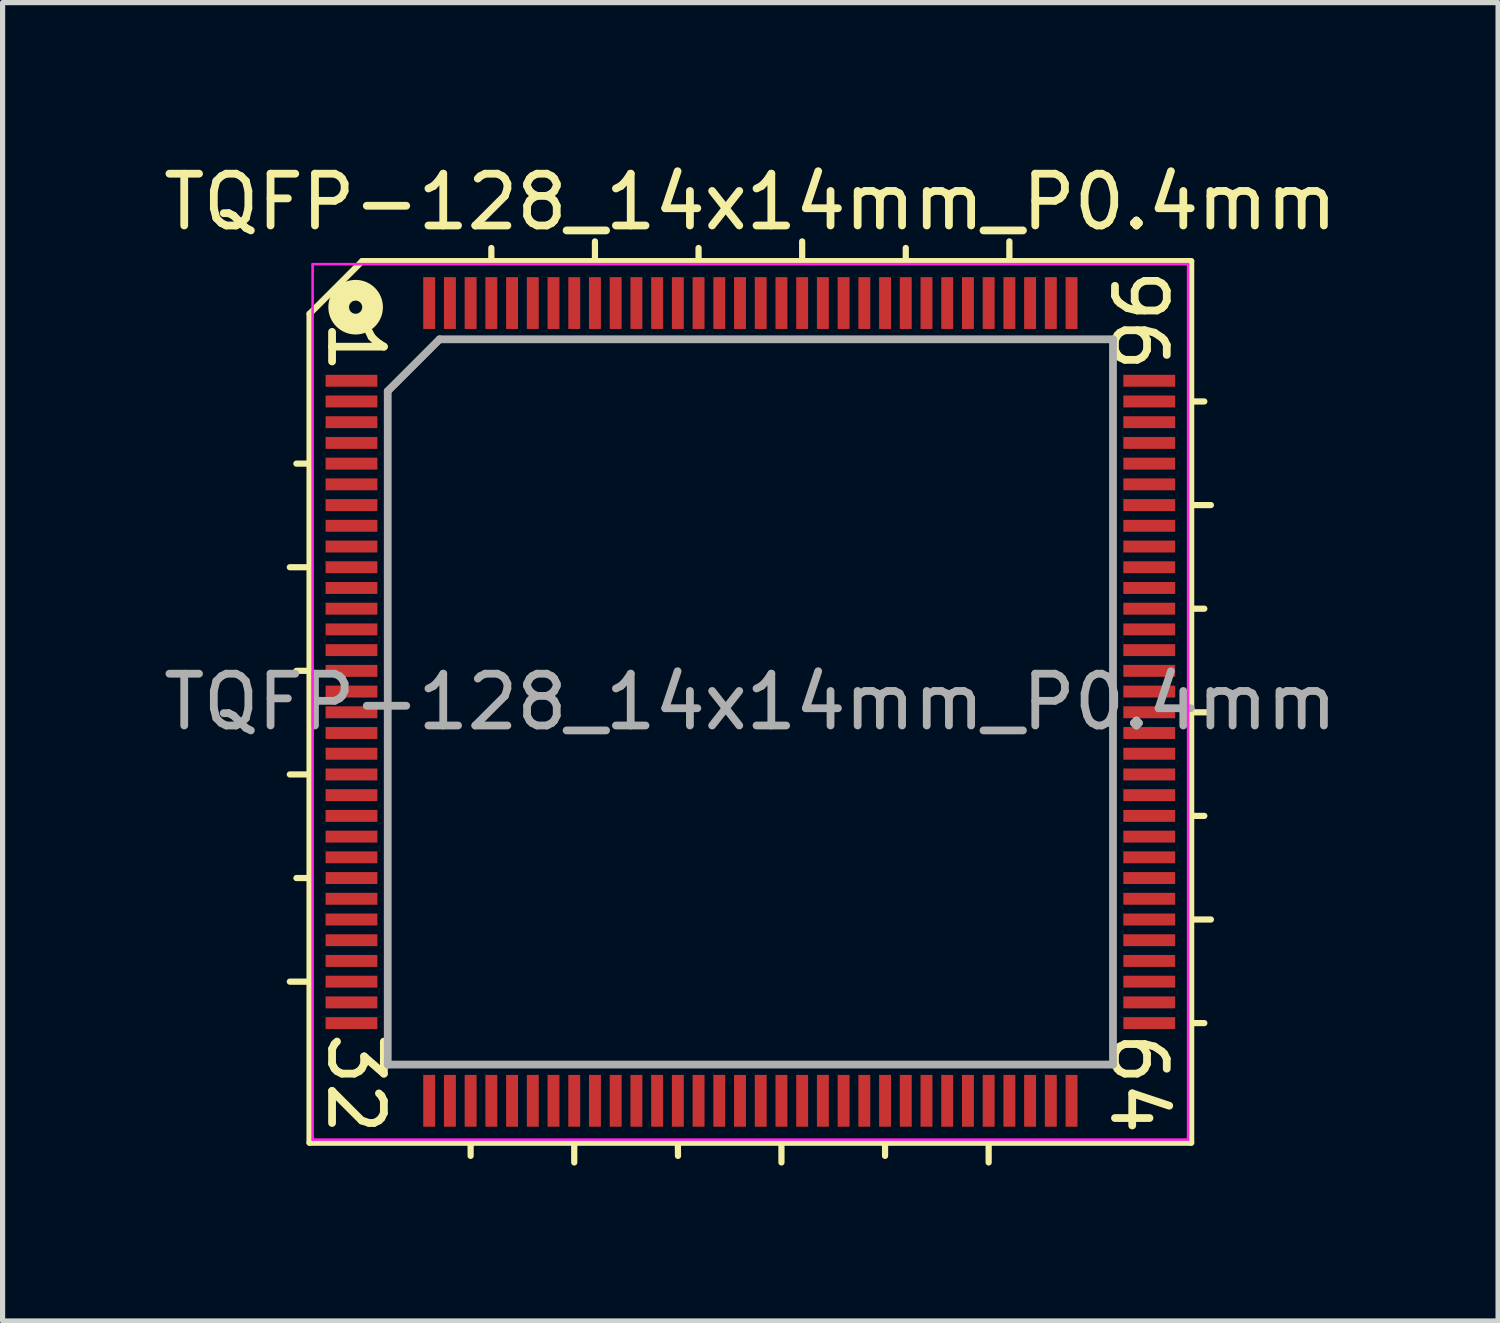
<source format=kicad_pcb>
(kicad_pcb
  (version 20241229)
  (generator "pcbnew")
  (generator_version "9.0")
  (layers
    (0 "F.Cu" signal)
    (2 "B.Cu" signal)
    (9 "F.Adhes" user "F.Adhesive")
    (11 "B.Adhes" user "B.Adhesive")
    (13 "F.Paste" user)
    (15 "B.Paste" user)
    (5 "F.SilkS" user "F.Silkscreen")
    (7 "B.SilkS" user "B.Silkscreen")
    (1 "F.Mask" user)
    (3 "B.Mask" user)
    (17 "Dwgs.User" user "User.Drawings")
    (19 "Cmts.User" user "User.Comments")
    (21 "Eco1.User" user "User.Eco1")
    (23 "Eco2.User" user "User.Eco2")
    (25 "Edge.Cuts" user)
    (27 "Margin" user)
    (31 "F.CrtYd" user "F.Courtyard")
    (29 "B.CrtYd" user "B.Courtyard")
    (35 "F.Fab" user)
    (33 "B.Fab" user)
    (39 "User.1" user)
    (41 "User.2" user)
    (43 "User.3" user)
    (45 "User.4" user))
  (footprint "TQFP-128_14x14mm_P0.4mm"
    (layer "F.Cu")
    (at 11.435 10.5)
    (property "Reference" "TQFP-128_14x14mm_P0.4mm" (at 0 -9.652 0) (layer "F.SilkS") (effects (font (size 1 1) (thickness 0.15))))
    (attr smd)
    (fp_line (start -8.509 -7.493) (end -8.509 8.509) (stroke (width 0.12) (type solid)) (layer "F.SilkS"))
    (fp_line (start -8.509 -4.6) (end -8.763 -4.6) (stroke (width 0.12) (type solid)) (layer "F.SilkS"))
    (fp_line (start -8.509 -2.6) (end -8.89 -2.6) (stroke (width 0.12) (type solid)) (layer "F.SilkS"))
    (fp_line (start -8.509 -0.6) (end -8.763 -0.6) (stroke (width 0.12) (type solid)) (layer "F.SilkS"))
    (fp_line (start -8.509 1.4) (end -8.89 1.4) (stroke (width 0.12) (type solid)) (layer "F.SilkS"))
    (fp_line (start -8.509 3.4) (end -8.763 3.4) (stroke (width 0.12) (type solid)) (layer "F.SilkS"))
    (fp_line (start -8.509 5.4) (end -8.89 5.4) (stroke (width 0.12) (type solid)) (layer "F.SilkS"))
    (fp_line (start -8.509 8.509) (end 8.509 8.509) (stroke (width 0.12) (type solid)) (layer "F.SilkS"))
    (fp_line (start -7.493 -8.509) (end -8.509 -7.493) (stroke (width 0.12) (type solid)) (layer "F.SilkS"))
    (fp_line (start -7.493 -8.509) (end 3.937 -8.509) (stroke (width 0.12) (type solid)) (layer "F.SilkS"))
    (fp_line (start -5.4 8.509) (end -5.4 8.763) (stroke (width 0.12) (type solid)) (layer "F.SilkS"))
    (fp_line (start -5 -8.509) (end -5 -8.763) (stroke (width 0.12) (type solid)) (layer "F.SilkS"))
    (fp_line (start -3.4 8.509) (end -3.4 8.89) (stroke (width 0.12) (type solid)) (layer "F.SilkS"))
    (fp_line (start -3 -8.509) (end -3 -8.89) (stroke (width 0.12) (type solid)) (layer "F.SilkS"))
    (fp_line (start -1.4 8.509) (end -1.397 8.763) (stroke (width 0.12) (type solid)) (layer "F.SilkS"))
    (fp_line (start -1 -8.509) (end -1 -8.763) (stroke (width 0.12) (type solid)) (layer "F.SilkS"))
    (fp_line (start 0.6 8.509) (end 0.6 8.89) (stroke (width 0.12) (type solid)) (layer "F.SilkS"))
    (fp_line (start 1 -8.509) (end 1 -8.89) (stroke (width 0.12) (type solid)) (layer "F.SilkS"))
    (fp_line (start 2.6 8.509) (end 2.6 8.763) (stroke (width 0.12) (type solid)) (layer "F.SilkS"))
    (fp_line (start 3 -8.509) (end 3 -8.763) (stroke (width 0.12) (type solid)) (layer "F.SilkS"))
    (fp_line (start 4.6 8.509) (end 4.6 8.89) (stroke (width 0.12) (type solid)) (layer "F.SilkS"))
    (fp_line (start 5 -8.509) (end 5 -8.89) (stroke (width 0.12) (type solid)) (layer "F.SilkS"))
    (fp_line (start 8.509 -8.509) (end 3.937 -8.509) (stroke (width 0.12) (type solid)) (layer "F.SilkS"))
    (fp_line (start 8.509 -5.8) (end 8.763 -5.8) (stroke (width 0.12) (type solid)) (layer "F.SilkS"))
    (fp_line (start 8.509 -3.8) (end 8.89 -3.8) (stroke (width 0.12) (type solid)) (layer "F.SilkS"))
    (fp_line (start 8.509 -1.8) (end 8.763 -1.8) (stroke (width 0.12) (type solid)) (layer "F.SilkS"))
    (fp_line (start 8.509 0.2) (end 8.89 0.2) (stroke (width 0.12) (type solid)) (layer "F.SilkS"))
    (fp_line (start 8.509 2.2) (end 8.763 2.2) (stroke (width 0.12) (type solid)) (layer "F.SilkS"))
    (fp_line (start 8.509 4.2) (end 8.89 4.2) (stroke (width 0.12) (type solid)) (layer "F.SilkS"))
    (fp_line (start 8.509 6.2) (end 8.763 6.2) (stroke (width 0.12) (type solid)) (layer "F.SilkS"))
    (fp_line (start 8.509 8.509) (end 8.509 -8.509) (stroke (width 0.12) (type solid)) (layer "F.SilkS"))
    (fp_circle (center -7.62 -7.62) (end -7.493 -7.62) (stroke (width 0.4) (type solid)) (fill no) (layer "F.SilkS"))
    (fp_line (start -8.45 -8.45) (end -8.45 8.45) (stroke (width 0.05) (type solid)) (layer "F.CrtYd"))
    (fp_line (start -8.45 -8.45) (end 8.45 -8.45) (stroke (width 0.05) (type solid)) (layer "F.CrtYd"))
    (fp_line (start -8.45 8.45) (end 8.45 8.45) (stroke (width 0.05) (type solid)) (layer "F.CrtYd"))
    (fp_line (start 8.45 -8.45) (end 8.45 8.45) (stroke (width 0.05) (type solid)) (layer "F.CrtYd"))
    (fp_line (start -7 -6) (end -6 -7) (stroke (width 0.15) (type solid)) (layer "F.Fab"))
    (fp_line (start -7 7) (end -7 -6) (stroke (width 0.15) (type solid)) (layer "F.Fab"))
    (fp_line (start -6 -7) (end 7 -7) (stroke (width 0.15) (type solid)) (layer "F.Fab"))
    (fp_line (start 7 -7) (end 7 7) (stroke (width 0.15) (type solid)) (layer "F.Fab"))
    (fp_line (start 7 7) (end -7 7) (stroke (width 0.15) (type solid)) (layer "F.Fab"))
    (fp_text user "1" (at -7.62 -6.858 270) (unlocked yes) (layer "F.SilkS") (effects (font (size 1 1) (thickness 0.15))))
    (fp_text user "32" (at -7.62 7.366 270) (unlocked yes) (layer "F.SilkS") (effects (font (size 1 1) (thickness 0.15))))
    (fp_text user "96" (at 7.493 -7.366 270) (unlocked yes) (layer "F.SilkS") (effects (font (size 1 1) (thickness 0.15))))
    (fp_text user "64" (at 7.493 7.366 270) (unlocked yes) (layer "F.SilkS") (effects (font (size 1 1) (thickness 0.15))))
    (fp_text user "${REFERENCE}" (at 0 0 0) (layer "F.Fab") (effects (font (size 1 1) (thickness 0.15))))
    (pad "1" smd rect (at -7.7 -6.2) (size 1 0.23) (layers "F.Cu" "F.Mask" "F.Paste"))
    (pad "2" smd rect (at -7.7 -5.8) (size 1 0.23) (layers "F.Cu" "F.Mask" "F.Paste"))
    (pad "3" smd rect (at -7.7 -5.4) (size 1 0.23) (layers "F.Cu" "F.Mask" "F.Paste"))
    (pad "4" smd rect (at -7.7 -5) (size 1 0.23) (layers "F.Cu" "F.Mask" "F.Paste"))
    (pad "5" smd rect (at -7.7 -4.6) (size 1 0.23) (layers "F.Cu" "F.Mask" "F.Paste"))
    (pad "6" smd rect (at -7.7 -4.2) (size 1 0.23) (layers "F.Cu" "F.Mask" "F.Paste"))
    (pad "7" smd rect (at -7.7 -3.8) (size 1 0.23) (layers "F.Cu" "F.Mask" "F.Paste"))
    (pad "8" smd rect (at -7.7 -3.4) (size 1 0.23) (layers "F.Cu" "F.Mask" "F.Paste"))
    (pad "9" smd rect (at -7.7 -3) (size 1 0.23) (layers "F.Cu" "F.Mask" "F.Paste"))
    (pad "10" smd rect (at -7.7 -2.6) (size 1 0.23) (layers "F.Cu" "F.Mask" "F.Paste"))
    (pad "11" smd rect (at -7.7 -2.2) (size 1 0.23) (layers "F.Cu" "F.Mask" "F.Paste"))
    (pad "12" smd rect (at -7.7 -1.8) (size 1 0.23) (layers "F.Cu" "F.Mask" "F.Paste"))
    (pad "13" smd rect (at -7.7 -1.4) (size 1 0.23) (layers "F.Cu" "F.Mask" "F.Paste"))
    (pad "14" smd rect (at -7.7 -1) (size 1 0.23) (layers "F.Cu" "F.Mask" "F.Paste"))
    (pad "15" smd rect (at -7.7 -0.6) (size 1 0.23) (layers "F.Cu" "F.Mask" "F.Paste"))
    (pad "16" smd rect (at -7.7 -0.2) (size 1 0.23) (layers "F.Cu" "F.Mask" "F.Paste"))
    (pad "17" smd rect (at -7.7 0.2) (size 1 0.23) (layers "F.Cu" "F.Mask" "F.Paste"))
    (pad "18" smd rect (at -7.7 0.6) (size 1 0.23) (layers "F.Cu" "F.Mask" "F.Paste"))
    (pad "19" smd rect (at -7.7 1) (size 1 0.23) (layers "F.Cu" "F.Mask" "F.Paste"))
    (pad "20" smd rect (at -7.7 1.4) (size 1 0.23) (layers "F.Cu" "F.Mask" "F.Paste"))
    (pad "21" smd rect (at -7.7 1.8) (size 1 0.23) (layers "F.Cu" "F.Mask" "F.Paste"))
    (pad "22" smd rect (at -7.7 2.2) (size 1 0.23) (layers "F.Cu" "F.Mask" "F.Paste"))
    (pad "23" smd rect (at -7.7 2.6) (size 1 0.23) (layers "F.Cu" "F.Mask" "F.Paste"))
    (pad "24" smd rect (at -7.7 3) (size 1 0.23) (layers "F.Cu" "F.Mask" "F.Paste"))
    (pad "25" smd rect (at -7.7 3.4) (size 1 0.23) (layers "F.Cu" "F.Mask" "F.Paste"))
    (pad "26" smd rect (at -7.7 3.8) (size 1 0.23) (layers "F.Cu" "F.Mask" "F.Paste"))
    (pad "27" smd rect (at -7.7 4.2) (size 1 0.23) (layers "F.Cu" "F.Mask" "F.Paste"))
    (pad "28" smd rect (at -7.7 4.6) (size 1 0.23) (layers "F.Cu" "F.Mask" "F.Paste"))
    (pad "29" smd rect (at -7.7 5) (size 1 0.23) (layers "F.Cu" "F.Mask" "F.Paste"))
    (pad "30" smd rect (at -7.7 5.4) (size 1 0.23) (layers "F.Cu" "F.Mask" "F.Paste"))
    (pad "31" smd rect (at -7.7 5.8) (size 1 0.23) (layers "F.Cu" "F.Mask" "F.Paste"))
    (pad "32" smd rect (at -7.7 6.2) (size 1 0.23) (layers "F.Cu" "F.Mask" "F.Paste"))
    (pad "33" smd rect (at -6.2 7.7 90) (size 1 0.23) (layers "F.Cu" "F.Mask" "F.Paste"))
    (pad "34" smd rect (at -5.8 7.7 90) (size 1 0.23) (layers "F.Cu" "F.Mask" "F.Paste"))
    (pad "35" smd rect (at -5.4 7.7 90) (size 1 0.23) (layers "F.Cu" "F.Mask" "F.Paste"))
    (pad "36" smd rect (at -5 7.7 90) (size 1 0.23) (layers "F.Cu" "F.Mask" "F.Paste"))
    (pad "37" smd rect (at -4.6 7.7 90) (size 1 0.23) (layers "F.Cu" "F.Mask" "F.Paste"))
    (pad "38" smd rect (at -4.2 7.7 90) (size 1 0.23) (layers "F.Cu" "F.Mask" "F.Paste"))
    (pad "39" smd rect (at -3.8 7.7 90) (size 1 0.23) (layers "F.Cu" "F.Mask" "F.Paste"))
    (pad "40" smd rect (at -3.4 7.7 90) (size 1 0.23) (layers "F.Cu" "F.Mask" "F.Paste"))
    (pad "41" smd rect (at -3 7.7 90) (size 1 0.23) (layers "F.Cu" "F.Mask" "F.Paste"))
    (pad "42" smd rect (at -2.6 7.7 90) (size 1 0.23) (layers "F.Cu" "F.Mask" "F.Paste"))
    (pad "43" smd rect (at -2.2 7.7 90) (size 1 0.23) (layers "F.Cu" "F.Mask" "F.Paste"))
    (pad "44" smd rect (at -1.8 7.7 90) (size 1 0.23) (layers "F.Cu" "F.Mask" "F.Paste"))
    (pad "45" smd rect (at -1.4 7.7 90) (size 1 0.23) (layers "F.Cu" "F.Mask" "F.Paste"))
    (pad "46" smd rect (at -1 7.7 90) (size 1 0.23) (layers "F.Cu" "F.Mask" "F.Paste"))
    (pad "47" smd rect (at -0.6 7.7 90) (size 1 0.23) (layers "F.Cu" "F.Mask" "F.Paste"))
    (pad "48" smd rect (at -0.2 7.7 90) (size 1 0.23) (layers "F.Cu" "F.Mask" "F.Paste"))
    (pad "49" smd rect (at 0.2 7.7 90) (size 1 0.23) (layers "F.Cu" "F.Mask" "F.Paste"))
    (pad "50" smd rect (at 0.6 7.7 90) (size 1 0.23) (layers "F.Cu" "F.Mask" "F.Paste"))
    (pad "51" smd rect (at 1 7.7 90) (size 1 0.23) (layers "F.Cu" "F.Mask" "F.Paste"))
    (pad "52" smd rect (at 1.4 7.7 90) (size 1 0.23) (layers "F.Cu" "F.Mask" "F.Paste"))
    (pad "53" smd rect (at 1.8 7.7 90) (size 1 0.23) (layers "F.Cu" "F.Mask" "F.Paste"))
    (pad "54" smd rect (at 2.2 7.7 90) (size 1 0.23) (layers "F.Cu" "F.Mask" "F.Paste"))
    (pad "55" smd rect (at 2.6 7.7 90) (size 1 0.23) (layers "F.Cu" "F.Mask" "F.Paste"))
    (pad "56" smd rect (at 3 7.7 90) (size 1 0.23) (layers "F.Cu" "F.Mask" "F.Paste"))
    (pad "57" smd rect (at 3.4 7.7 90) (size 1 0.23) (layers "F.Cu" "F.Mask" "F.Paste"))
    (pad "58" smd rect (at 3.8 7.7 90) (size 1 0.23) (layers "F.Cu" "F.Mask" "F.Paste"))
    (pad "59" smd rect (at 4.2 7.7 90) (size 1 0.23) (layers "F.Cu" "F.Mask" "F.Paste"))
    (pad "60" smd rect (at 4.6 7.7 90) (size 1 0.23) (layers "F.Cu" "F.Mask" "F.Paste"))
    (pad "61" smd rect (at 5 7.7 90) (size 1 0.23) (layers "F.Cu" "F.Mask" "F.Paste"))
    (pad "62" smd rect (at 5.4 7.7 90) (size 1 0.23) (layers "F.Cu" "F.Mask" "F.Paste"))
    (pad "63" smd rect (at 5.8 7.7 90) (size 1 0.23) (layers "F.Cu" "F.Mask" "F.Paste"))
    (pad "64" smd rect (at 6.2 7.7 90) (size 1 0.23) (layers "F.Cu" "F.Mask" "F.Paste"))
    (pad "65" smd rect (at 7.7 6.2) (size 1 0.23) (layers "F.Cu" "F.Mask" "F.Paste"))
    (pad "66" smd rect (at 7.7 5.8) (size 1 0.23) (layers "F.Cu" "F.Mask" "F.Paste"))
    (pad "67" smd rect (at 7.7 5.4) (size 1 0.23) (layers "F.Cu" "F.Mask" "F.Paste"))
    (pad "68" smd rect (at 7.7 5) (size 1 0.23) (layers "F.Cu" "F.Mask" "F.Paste"))
    (pad "69" smd rect (at 7.7 4.6) (size 1 0.23) (layers "F.Cu" "F.Mask" "F.Paste"))
    (pad "70" smd rect (at 7.7 4.2) (size 1 0.23) (layers "F.Cu" "F.Mask" "F.Paste"))
    (pad "71" smd rect (at 7.7 3.8) (size 1 0.23) (layers "F.Cu" "F.Mask" "F.Paste"))
    (pad "72" smd rect (at 7.7 3.4) (size 1 0.23) (layers "F.Cu" "F.Mask" "F.Paste"))
    (pad "73" smd rect (at 7.7 3) (size 1 0.23) (layers "F.Cu" "F.Mask" "F.Paste"))
    (pad "74" smd rect (at 7.7 2.6) (size 1 0.23) (layers "F.Cu" "F.Mask" "F.Paste"))
    (pad "75" smd rect (at 7.7 2.2) (size 1 0.23) (layers "F.Cu" "F.Mask" "F.Paste"))
    (pad "76" smd rect (at 7.7 1.8) (size 1 0.23) (layers "F.Cu" "F.Mask" "F.Paste"))
    (pad "77" smd rect (at 7.7 1.4) (size 1 0.23) (layers "F.Cu" "F.Mask" "F.Paste"))
    (pad "78" smd rect (at 7.7 1) (size 1 0.23) (layers "F.Cu" "F.Mask" "F.Paste"))
    (pad "79" smd rect (at 7.7 0.6) (size 1 0.23) (layers "F.Cu" "F.Mask" "F.Paste"))
    (pad "80" smd rect (at 7.7 0.2) (size 1 0.23) (layers "F.Cu" "F.Mask" "F.Paste"))
    (pad "81" smd rect (at 7.7 -0.2) (size 1 0.23) (layers "F.Cu" "F.Mask" "F.Paste"))
    (pad "82" smd rect (at 7.7 -0.6) (size 1 0.23) (layers "F.Cu" "F.Mask" "F.Paste"))
    (pad "83" smd rect (at 7.7 -1) (size 1 0.23) (layers "F.Cu" "F.Mask" "F.Paste"))
    (pad "84" smd rect (at 7.7 -1.4) (size 1 0.23) (layers "F.Cu" "F.Mask" "F.Paste"))
    (pad "85" smd rect (at 7.7 -1.8) (size 1 0.23) (layers "F.Cu" "F.Mask" "F.Paste"))
    (pad "86" smd rect (at 7.7 -2.2) (size 1 0.23) (layers "F.Cu" "F.Mask" "F.Paste"))
    (pad "87" smd rect (at 7.7 -2.6) (size 1 0.23) (layers "F.Cu" "F.Mask" "F.Paste"))
    (pad "88" smd rect (at 7.7 -3) (size 1 0.23) (layers "F.Cu" "F.Mask" "F.Paste"))
    (pad "89" smd rect (at 7.7 -3.4) (size 1 0.23) (layers "F.Cu" "F.Mask" "F.Paste"))
    (pad "90" smd rect (at 7.7 -3.8) (size 1 0.23) (layers "F.Cu" "F.Mask" "F.Paste"))
    (pad "91" smd rect (at 7.7 -4.2) (size 1 0.23) (layers "F.Cu" "F.Mask" "F.Paste"))
    (pad "92" smd rect (at 7.7 -4.6) (size 1 0.23) (layers "F.Cu" "F.Mask" "F.Paste"))
    (pad "93" smd rect (at 7.7 -5) (size 1 0.23) (layers "F.Cu" "F.Mask" "F.Paste"))
    (pad "94" smd rect (at 7.7 -5.4) (size 1 0.23) (layers "F.Cu" "F.Mask" "F.Paste"))
    (pad "95" smd rect (at 7.7 -5.8) (size 1 0.23) (layers "F.Cu" "F.Mask" "F.Paste"))
    (pad "96" smd rect (at 7.7 -6.2) (size 1 0.23) (layers "F.Cu" "F.Mask" "F.Paste"))
    (pad "97" smd rect (at 6.2 -7.7 90) (size 1 0.23) (layers "F.Cu" "F.Mask" "F.Paste"))
    (pad "98" smd rect (at 5.8 -7.7 90) (size 1 0.23) (layers "F.Cu" "F.Mask" "F.Paste"))
    (pad "99" smd rect (at 5.4 -7.7 90) (size 1 0.23) (layers "F.Cu" "F.Mask" "F.Paste"))
    (pad "100" smd rect (at 5 -7.7 90) (size 1 0.23) (layers "F.Cu" "F.Mask" "F.Paste"))
    (pad "101" smd rect (at 4.6 -7.7 90) (size 1 0.23) (layers "F.Cu" "F.Mask" "F.Paste"))
    (pad "102" smd rect (at 4.2 -7.7 90) (size 1 0.23) (layers "F.Cu" "F.Mask" "F.Paste"))
    (pad "103" smd rect (at 3.8 -7.7 90) (size 1 0.23) (layers "F.Cu" "F.Mask" "F.Paste"))
    (pad "104" smd rect (at 3.4 -7.7 90) (size 1 0.23) (layers "F.Cu" "F.Mask" "F.Paste"))
    (pad "105" smd rect (at 3 -7.7 90) (size 1 0.23) (layers "F.Cu" "F.Mask" "F.Paste"))
    (pad "106" smd rect (at 2.6 -7.7 90) (size 1 0.23) (layers "F.Cu" "F.Mask" "F.Paste"))
    (pad "107" smd rect (at 2.2 -7.7 90) (size 1 0.23) (layers "F.Cu" "F.Mask" "F.Paste"))
    (pad "108" smd rect (at 1.8 -7.7 90) (size 1 0.23) (layers "F.Cu" "F.Mask" "F.Paste"))
    (pad "109" smd rect (at 1.4 -7.7 90) (size 1 0.23) (layers "F.Cu" "F.Mask" "F.Paste"))
    (pad "110" smd rect (at 1 -7.7 90) (size 1 0.23) (layers "F.Cu" "F.Mask" "F.Paste"))
    (pad "111" smd rect (at 0.6 -7.7 90) (size 1 0.23) (layers "F.Cu" "F.Mask" "F.Paste"))
    (pad "112" smd rect (at 0.2 -7.7 90) (size 1 0.23) (layers "F.Cu" "F.Mask" "F.Paste"))
    (pad "113" smd rect (at -0.2 -7.7 90) (size 1 0.23) (layers "F.Cu" "F.Mask" "F.Paste"))
    (pad "114" smd rect (at -0.6 -7.7 90) (size 1 0.23) (layers "F.Cu" "F.Mask" "F.Paste"))
    (pad "115" smd rect (at -1 -7.7 90) (size 1 0.23) (layers "F.Cu" "F.Mask" "F.Paste"))
    (pad "116" smd rect (at -1.4 -7.7 90) (size 1 0.23) (layers "F.Cu" "F.Mask" "F.Paste"))
    (pad "117" smd rect (at -1.8 -7.7 90) (size 1 0.23) (layers "F.Cu" "F.Mask" "F.Paste"))
    (pad "118" smd rect (at -2.2 -7.7 90) (size 1 0.23) (layers "F.Cu" "F.Mask" "F.Paste"))
    (pad "119" smd rect (at -2.6 -7.7 90) (size 1 0.23) (layers "F.Cu" "F.Mask" "F.Paste"))
    (pad "120" smd rect (at -3 -7.7 90) (size 1 0.23) (layers "F.Cu" "F.Mask" "F.Paste"))
    (pad "121" smd rect (at -3.4 -7.7 90) (size 1 0.23) (layers "F.Cu" "F.Mask" "F.Paste"))
    (pad "122" smd rect (at -3.8 -7.7 90) (size 1 0.23) (layers "F.Cu" "F.Mask" "F.Paste"))
    (pad "123" smd rect (at -4.2 -7.7 90) (size 1 0.23) (layers "F.Cu" "F.Mask" "F.Paste"))
    (pad "124" smd rect (at -4.6 -7.7 90) (size 1 0.23) (layers "F.Cu" "F.Mask" "F.Paste"))
    (pad "125" smd rect (at -5 -7.7 90) (size 1 0.23) (layers "F.Cu" "F.Mask" "F.Paste"))
    (pad "126" smd rect (at -5.4 -7.7 90) (size 1 0.23) (layers "F.Cu" "F.Mask" "F.Paste"))
    (pad "127" smd rect (at -5.8 -7.7 90) (size 1 0.23) (layers "F.Cu" "F.Mask" "F.Paste"))
    (pad "128" smd rect (at -6.2 -7.7 90) (size 1 0.23) (layers "F.Cu" "F.Mask" "F.Paste")))
  (gr_rect
    (start -3 -3)
    (end 25.869 22.45)
    (stroke (width 0.1) (type default))
    (fill no)
    (layer "Edge.Cuts")))
</source>
